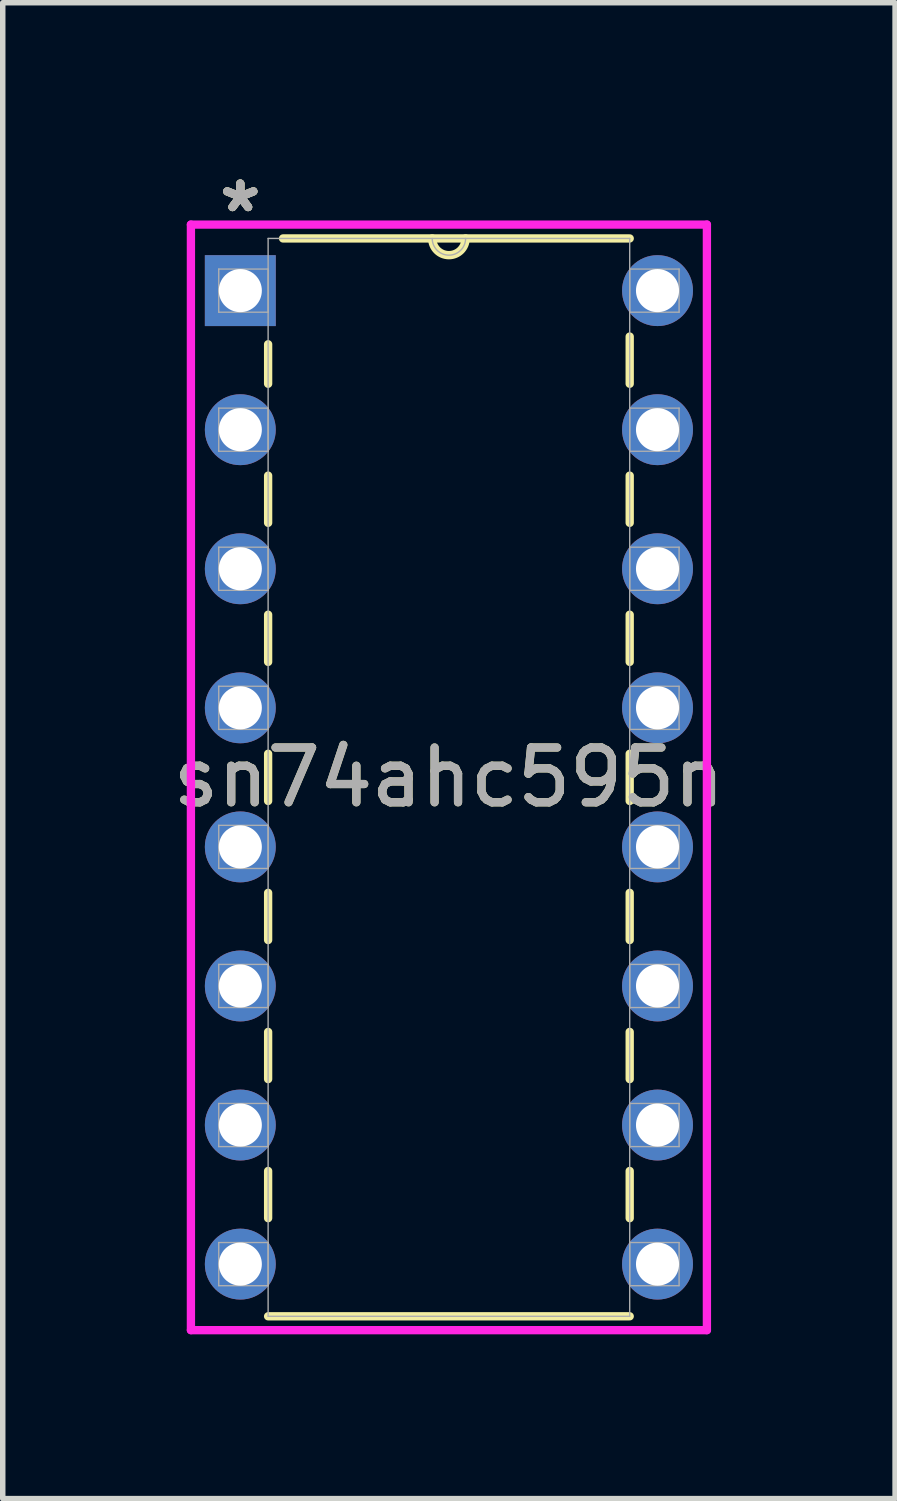
<source format=kicad_pcb>
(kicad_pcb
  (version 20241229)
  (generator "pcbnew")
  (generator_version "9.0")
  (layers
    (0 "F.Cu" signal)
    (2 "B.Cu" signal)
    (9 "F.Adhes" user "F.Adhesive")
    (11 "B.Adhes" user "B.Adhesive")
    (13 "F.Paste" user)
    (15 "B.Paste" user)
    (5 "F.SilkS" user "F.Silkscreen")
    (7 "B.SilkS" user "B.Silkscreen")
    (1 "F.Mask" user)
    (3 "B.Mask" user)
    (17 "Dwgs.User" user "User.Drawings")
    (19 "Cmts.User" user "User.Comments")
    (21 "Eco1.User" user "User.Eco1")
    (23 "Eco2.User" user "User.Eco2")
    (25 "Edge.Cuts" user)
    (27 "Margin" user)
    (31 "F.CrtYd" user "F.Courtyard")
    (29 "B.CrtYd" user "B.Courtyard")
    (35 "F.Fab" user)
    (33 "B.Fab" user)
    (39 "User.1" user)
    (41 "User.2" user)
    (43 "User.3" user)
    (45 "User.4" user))
  (footprint "sn74ahc595n"
    (layer "F.Cu")
    (at 8.959 20.038)
    (property "Reference" "sn74ahc595n" (at -3.81 -8.89 0) (unlocked yes) (layer "F.SilkS") (effects (font (size 1 1) (thickness 0.15))))
    (attr through_hole)
    (fp_line (start -7.112 -16.8) (end -7.112 -16.079) (stroke (width 0.152) (type solid)) (layer "F.SilkS"))
    (fp_line (start -7.112 -14.401) (end -7.112 -13.539) (stroke (width 0.152) (type solid)) (layer "F.SilkS"))
    (fp_line (start -7.112 -11.861) (end -7.112 -10.999) (stroke (width 0.152) (type solid)) (layer "F.SilkS"))
    (fp_line (start -7.112 -9.321) (end -7.112 -8.459) (stroke (width 0.152) (type solid)) (layer "F.SilkS"))
    (fp_line (start -7.112 -6.781) (end -7.112 -5.919) (stroke (width 0.152) (type solid)) (layer "F.SilkS"))
    (fp_line (start -7.112 -4.241) (end -7.112 -3.379) (stroke (width 0.152) (type solid)) (layer "F.SilkS"))
    (fp_line (start -7.112 -1.701) (end -7.112 -0.839) (stroke (width 0.152) (type solid)) (layer "F.SilkS"))
    (fp_line (start -7.112 0.953) (end -0.508 0.953) (stroke (width 0.152) (type solid)) (layer "F.SilkS"))
    (fp_line (start -0.508 -18.733) (end -6.839 -18.733) (stroke (width 0.152) (type solid)) (layer "F.SilkS"))
    (fp_line (start -0.508 -16.079) (end -0.508 -16.941) (stroke (width 0.152) (type solid)) (layer "F.SilkS"))
    (fp_line (start -0.508 -13.539) (end -0.508 -14.401) (stroke (width 0.152) (type solid)) (layer "F.SilkS"))
    (fp_line (start -0.508 -10.999) (end -0.508 -11.861) (stroke (width 0.152) (type solid)) (layer "F.SilkS"))
    (fp_line (start -0.508 -8.459) (end -0.508 -9.321) (stroke (width 0.152) (type solid)) (layer "F.SilkS"))
    (fp_line (start -0.508 -5.919) (end -0.508 -6.781) (stroke (width 0.152) (type solid)) (layer "F.SilkS"))
    (fp_line (start -0.508 -3.379) (end -0.508 -4.241) (stroke (width 0.152) (type solid)) (layer "F.SilkS"))
    (fp_line (start -0.508 -0.839) (end -0.508 -1.701) (stroke (width 0.152) (type solid)) (layer "F.SilkS"))
    (fp_arc (start -3.5052 -18.7325) (mid -3.81 -18.4277) (end -4.1148 -18.7325) (stroke (width 0.1524) (type solid)) (layer "F.SilkS"))
    (fp_line (start -8.522 -18.986) (end -8.522 1.206) (stroke (width 0.152) (type solid)) (layer "F.CrtYd"))
    (fp_line (start -8.522 1.206) (end 0.902 1.206) (stroke (width 0.152) (type solid)) (layer "F.CrtYd"))
    (fp_line (start 0.902 -18.986) (end -8.522 -18.986) (stroke (width 0.152) (type solid)) (layer "F.CrtYd"))
    (fp_line (start 0.902 1.206) (end 0.902 -18.986) (stroke (width 0.152) (type solid)) (layer "F.CrtYd"))
    (fp_line (start -8.014 -18.174) (end -8.014 -17.386) (stroke (width 0.025) (type solid)) (layer "F.Fab"))
    (fp_line (start -8.014 -17.386) (end -7.112 -17.386) (stroke (width 0.025) (type solid)) (layer "F.Fab"))
    (fp_line (start -8.014 -15.634) (end -8.014 -14.846) (stroke (width 0.025) (type solid)) (layer "F.Fab"))
    (fp_line (start -8.014 -14.846) (end -7.112 -14.846) (stroke (width 0.025) (type solid)) (layer "F.Fab"))
    (fp_line (start -8.014 -13.094) (end -8.014 -12.306) (stroke (width 0.025) (type solid)) (layer "F.Fab"))
    (fp_line (start -8.014 -12.306) (end -7.112 -12.306) (stroke (width 0.025) (type solid)) (layer "F.Fab"))
    (fp_line (start -8.014 -10.554) (end -8.014 -9.766) (stroke (width 0.025) (type solid)) (layer "F.Fab"))
    (fp_line (start -8.014 -9.766) (end -7.112 -9.766) (stroke (width 0.025) (type solid)) (layer "F.Fab"))
    (fp_line (start -8.014 -8.014) (end -8.014 -7.226) (stroke (width 0.025) (type solid)) (layer "F.Fab"))
    (fp_line (start -8.014 -7.226) (end -7.112 -7.226) (stroke (width 0.025) (type solid)) (layer "F.Fab"))
    (fp_line (start -8.014 -5.474) (end -8.014 -4.686) (stroke (width 0.025) (type solid)) (layer "F.Fab"))
    (fp_line (start -8.014 -4.686) (end -7.112 -4.686) (stroke (width 0.025) (type solid)) (layer "F.Fab"))
    (fp_line (start -8.014 -2.934) (end -8.014 -2.146) (stroke (width 0.025) (type solid)) (layer "F.Fab"))
    (fp_line (start -8.014 -2.146) (end -7.112 -2.146) (stroke (width 0.025) (type solid)) (layer "F.Fab"))
    (fp_line (start -8.014 -0.394) (end -8.014 0.394) (stroke (width 0.025) (type solid)) (layer "F.Fab"))
    (fp_line (start -8.014 0.394) (end -7.112 0.394) (stroke (width 0.025) (type solid)) (layer "F.Fab"))
    (fp_line (start -7.112 -18.733) (end -7.112 0.953) (stroke (width 0.025) (type solid)) (layer "F.Fab"))
    (fp_line (start -7.112 -18.174) (end -8.014 -18.174) (stroke (width 0.025) (type solid)) (layer "F.Fab"))
    (fp_line (start -7.112 -17.386) (end -7.112 -18.174) (stroke (width 0.025) (type solid)) (layer "F.Fab"))
    (fp_line (start -7.112 -15.634) (end -8.014 -15.634) (stroke (width 0.025) (type solid)) (layer "F.Fab"))
    (fp_line (start -7.112 -14.846) (end -7.112 -15.634) (stroke (width 0.025) (type solid)) (layer "F.Fab"))
    (fp_line (start -7.112 -13.094) (end -8.014 -13.094) (stroke (width 0.025) (type solid)) (layer "F.Fab"))
    (fp_line (start -7.112 -12.306) (end -7.112 -13.094) (stroke (width 0.025) (type solid)) (layer "F.Fab"))
    (fp_line (start -7.112 -10.554) (end -8.014 -10.554) (stroke (width 0.025) (type solid)) (layer "F.Fab"))
    (fp_line (start -7.112 -9.766) (end -7.112 -10.554) (stroke (width 0.025) (type solid)) (layer "F.Fab"))
    (fp_line (start -7.112 -8.014) (end -8.014 -8.014) (stroke (width 0.025) (type solid)) (layer "F.Fab"))
    (fp_line (start -7.112 -7.226) (end -7.112 -8.014) (stroke (width 0.025) (type solid)) (layer "F.Fab"))
    (fp_line (start -7.112 -5.474) (end -8.014 -5.474) (stroke (width 0.025) (type solid)) (layer "F.Fab"))
    (fp_line (start -7.112 -4.686) (end -7.112 -5.474) (stroke (width 0.025) (type solid)) (layer "F.Fab"))
    (fp_line (start -7.112 -2.934) (end -8.014 -2.934) (stroke (width 0.025) (type solid)) (layer "F.Fab"))
    (fp_line (start -7.112 -2.146) (end -7.112 -2.934) (stroke (width 0.025) (type solid)) (layer "F.Fab"))
    (fp_line (start -7.112 -0.394) (end -8.014 -0.394) (stroke (width 0.025) (type solid)) (layer "F.Fab"))
    (fp_line (start -7.112 0.394) (end -7.112 -0.394) (stroke (width 0.025) (type solid)) (layer "F.Fab"))
    (fp_line (start -7.112 0.953) (end -0.508 0.953) (stroke (width 0.025) (type solid)) (layer "F.Fab"))
    (fp_line (start -0.508 -18.733) (end -7.112 -18.733) (stroke (width 0.025) (type solid)) (layer "F.Fab"))
    (fp_line (start -0.508 -18.174) (end -0.508 -17.386) (stroke (width 0.025) (type solid)) (layer "F.Fab"))
    (fp_line (start -0.508 -17.386) (end 0.394 -17.386) (stroke (width 0.025) (type solid)) (layer "F.Fab"))
    (fp_line (start -0.508 -15.634) (end -0.508 -14.846) (stroke (width 0.025) (type solid)) (layer "F.Fab"))
    (fp_line (start -0.508 -14.846) (end 0.394 -14.846) (stroke (width 0.025) (type solid)) (layer "F.Fab"))
    (fp_line (start -0.508 -13.094) (end -0.508 -12.306) (stroke (width 0.025) (type solid)) (layer "F.Fab"))
    (fp_line (start -0.508 -12.306) (end 0.394 -12.306) (stroke (width 0.025) (type solid)) (layer "F.Fab"))
    (fp_line (start -0.508 -10.554) (end -0.508 -9.766) (stroke (width 0.025) (type solid)) (layer "F.Fab"))
    (fp_line (start -0.508 -9.766) (end 0.394 -9.766) (stroke (width 0.025) (type solid)) (layer "F.Fab"))
    (fp_line (start -0.508 -8.014) (end -0.508 -7.226) (stroke (width 0.025) (type solid)) (layer "F.Fab"))
    (fp_line (start -0.508 -7.226) (end 0.394 -7.226) (stroke (width 0.025) (type solid)) (layer "F.Fab"))
    (fp_line (start -0.508 -5.474) (end -0.508 -4.686) (stroke (width 0.025) (type solid)) (layer "F.Fab"))
    (fp_line (start -0.508 -4.686) (end 0.394 -4.686) (stroke (width 0.025) (type solid)) (layer "F.Fab"))
    (fp_line (start -0.508 -2.934) (end -0.508 -2.146) (stroke (width 0.025) (type solid)) (layer "F.Fab"))
    (fp_line (start -0.508 -2.146) (end 0.394 -2.146) (stroke (width 0.025) (type solid)) (layer "F.Fab"))
    (fp_line (start -0.508 -0.394) (end -0.508 0.394) (stroke (width 0.025) (type solid)) (layer "F.Fab"))
    (fp_line (start -0.508 0.394) (end 0.394 0.394) (stroke (width 0.025) (type solid)) (layer "F.Fab"))
    (fp_line (start -0.508 0.953) (end -0.508 -18.733) (stroke (width 0.025) (type solid)) (layer "F.Fab"))
    (fp_line (start 0.394 -18.174) (end -0.508 -18.174) (stroke (width 0.025) (type solid)) (layer "F.Fab"))
    (fp_line (start 0.394 -17.386) (end 0.394 -18.174) (stroke (width 0.025) (type solid)) (layer "F.Fab"))
    (fp_line (start 0.394 -15.634) (end -0.508 -15.634) (stroke (width 0.025) (type solid)) (layer "F.Fab"))
    (fp_line (start 0.394 -14.846) (end 0.394 -15.634) (stroke (width 0.025) (type solid)) (layer "F.Fab"))
    (fp_line (start 0.394 -13.094) (end -0.508 -13.094) (stroke (width 0.025) (type solid)) (layer "F.Fab"))
    (fp_line (start 0.394 -12.306) (end 0.394 -13.094) (stroke (width 0.025) (type solid)) (layer "F.Fab"))
    (fp_line (start 0.394 -10.554) (end -0.508 -10.554) (stroke (width 0.025) (type solid)) (layer "F.Fab"))
    (fp_line (start 0.394 -9.766) (end 0.394 -10.554) (stroke (width 0.025) (type solid)) (layer "F.Fab"))
    (fp_line (start 0.394 -8.014) (end -0.508 -8.014) (stroke (width 0.025) (type solid)) (layer "F.Fab"))
    (fp_line (start 0.394 -7.226) (end 0.394 -8.014) (stroke (width 0.025) (type solid)) (layer "F.Fab"))
    (fp_line (start 0.394 -5.474) (end -0.508 -5.474) (stroke (width 0.025) (type solid)) (layer "F.Fab"))
    (fp_line (start 0.394 -4.686) (end 0.394 -5.474) (stroke (width 0.025) (type solid)) (layer "F.Fab"))
    (fp_line (start 0.394 -2.934) (end -0.508 -2.934) (stroke (width 0.025) (type solid)) (layer "F.Fab"))
    (fp_line (start 0.394 -2.146) (end 0.394 -2.934) (stroke (width 0.025) (type solid)) (layer "F.Fab"))
    (fp_line (start 0.394 -0.394) (end -0.508 -0.394) (stroke (width 0.025) (type solid)) (layer "F.Fab"))
    (fp_line (start 0.394 0.394) (end 0.394 -0.394) (stroke (width 0.025) (type solid)) (layer "F.Fab"))
    (fp_arc (start -3.5052 -18.7325) (mid -3.81 -18.4277) (end -4.1148 -18.7325) (stroke (width 0.0254) (type solid)) (layer "F.Fab"))
    (fp_text user "*" (at -7.62 -19.19 0) (layer "F.SilkS") (effects (font (size 1 1) (thickness 0.15))))
    (fp_text user "*" (at -7.62 -19.19 0) (unlocked yes) (layer "F.SilkS") (effects (font (size 1 1) (thickness 0.15))))
    (fp_text user "${REFERENCE}" (at -3.81 -8.89 0) (unlocked yes) (layer "F.Fab") (effects (font (size 1 1) (thickness 0.15))))
    (fp_text user "*" (at -7.62 -19.19 0) (layer "F.Fab") (effects (font (size 1 1) (thickness 0.15))))
    (fp_text user "*" (at -7.62 -19.19 0) (unlocked yes) (layer "F.Fab") (effects (font (size 1 1) (thickness 0.15))))
    (pad "1" thru_hole rect (at -7.62 -17.78) (size 1.295 1.295) (drill 0.787) (layers "*.Cu" "*.Mask"))
    (pad "2" thru_hole circle (at -7.62 -15.24) (size 1.295 1.295) (drill 0.787) (layers "*.Cu" "*.Mask"))
    (pad "3" thru_hole circle (at -7.62 -12.7) (size 1.295 1.295) (drill 0.787) (layers "*.Cu" "*.Mask"))
    (pad "4" thru_hole circle (at -7.62 -10.16) (size 1.295 1.295) (drill 0.787) (layers "*.Cu" "*.Mask"))
    (pad "5" thru_hole circle (at -7.62 -7.62) (size 1.295 1.295) (drill 0.787) (layers "*.Cu" "*.Mask"))
    (pad "6" thru_hole circle (at -7.62 -5.08) (size 1.295 1.295) (drill 0.787) (layers "*.Cu" "*.Mask"))
    (pad "7" thru_hole circle (at -7.62 -2.54) (size 1.295 1.295) (drill 0.787) (layers "*.Cu" "*.Mask"))
    (pad "8" thru_hole circle (at -7.62 0) (size 1.295 1.295) (drill 0.787) (layers "*.Cu" "*.Mask"))
    (pad "9" thru_hole circle (at 0 0) (size 1.295 1.295) (drill 0.787) (layers "*.Cu" "*.Mask"))
    (pad "10" thru_hole circle (at 0 -2.54) (size 1.295 1.295) (drill 0.787) (layers "*.Cu" "*.Mask"))
    (pad "11" thru_hole circle (at 0 -5.08) (size 1.295 1.295) (drill 0.787) (layers "*.Cu" "*.Mask"))
    (pad "12" thru_hole circle (at 0 -7.62) (size 1.295 1.295) (drill 0.787) (layers "*.Cu" "*.Mask"))
    (pad "13" thru_hole circle (at 0 -10.16) (size 1.295 1.295) (drill 0.787) (layers "*.Cu" "*.Mask"))
    (pad "14" thru_hole circle (at 0 -12.7) (size 1.295 1.295) (drill 0.787) (layers "*.Cu" "*.Mask"))
    (pad "15" thru_hole circle (at 0 -15.24) (size 1.295 1.295) (drill 0.787) (layers "*.Cu" "*.Mask"))
    (pad "16" thru_hole circle (at 0 -17.78) (size 1.295 1.295) (drill 0.787) (layers "*.Cu" "*.Mask")))
  (gr_rect
    (start -3 -3)
    (end 13.298 24.321)
    (stroke (width 0.1) (type default))
    (fill no)
    (layer "Edge.Cuts")))
</source>
